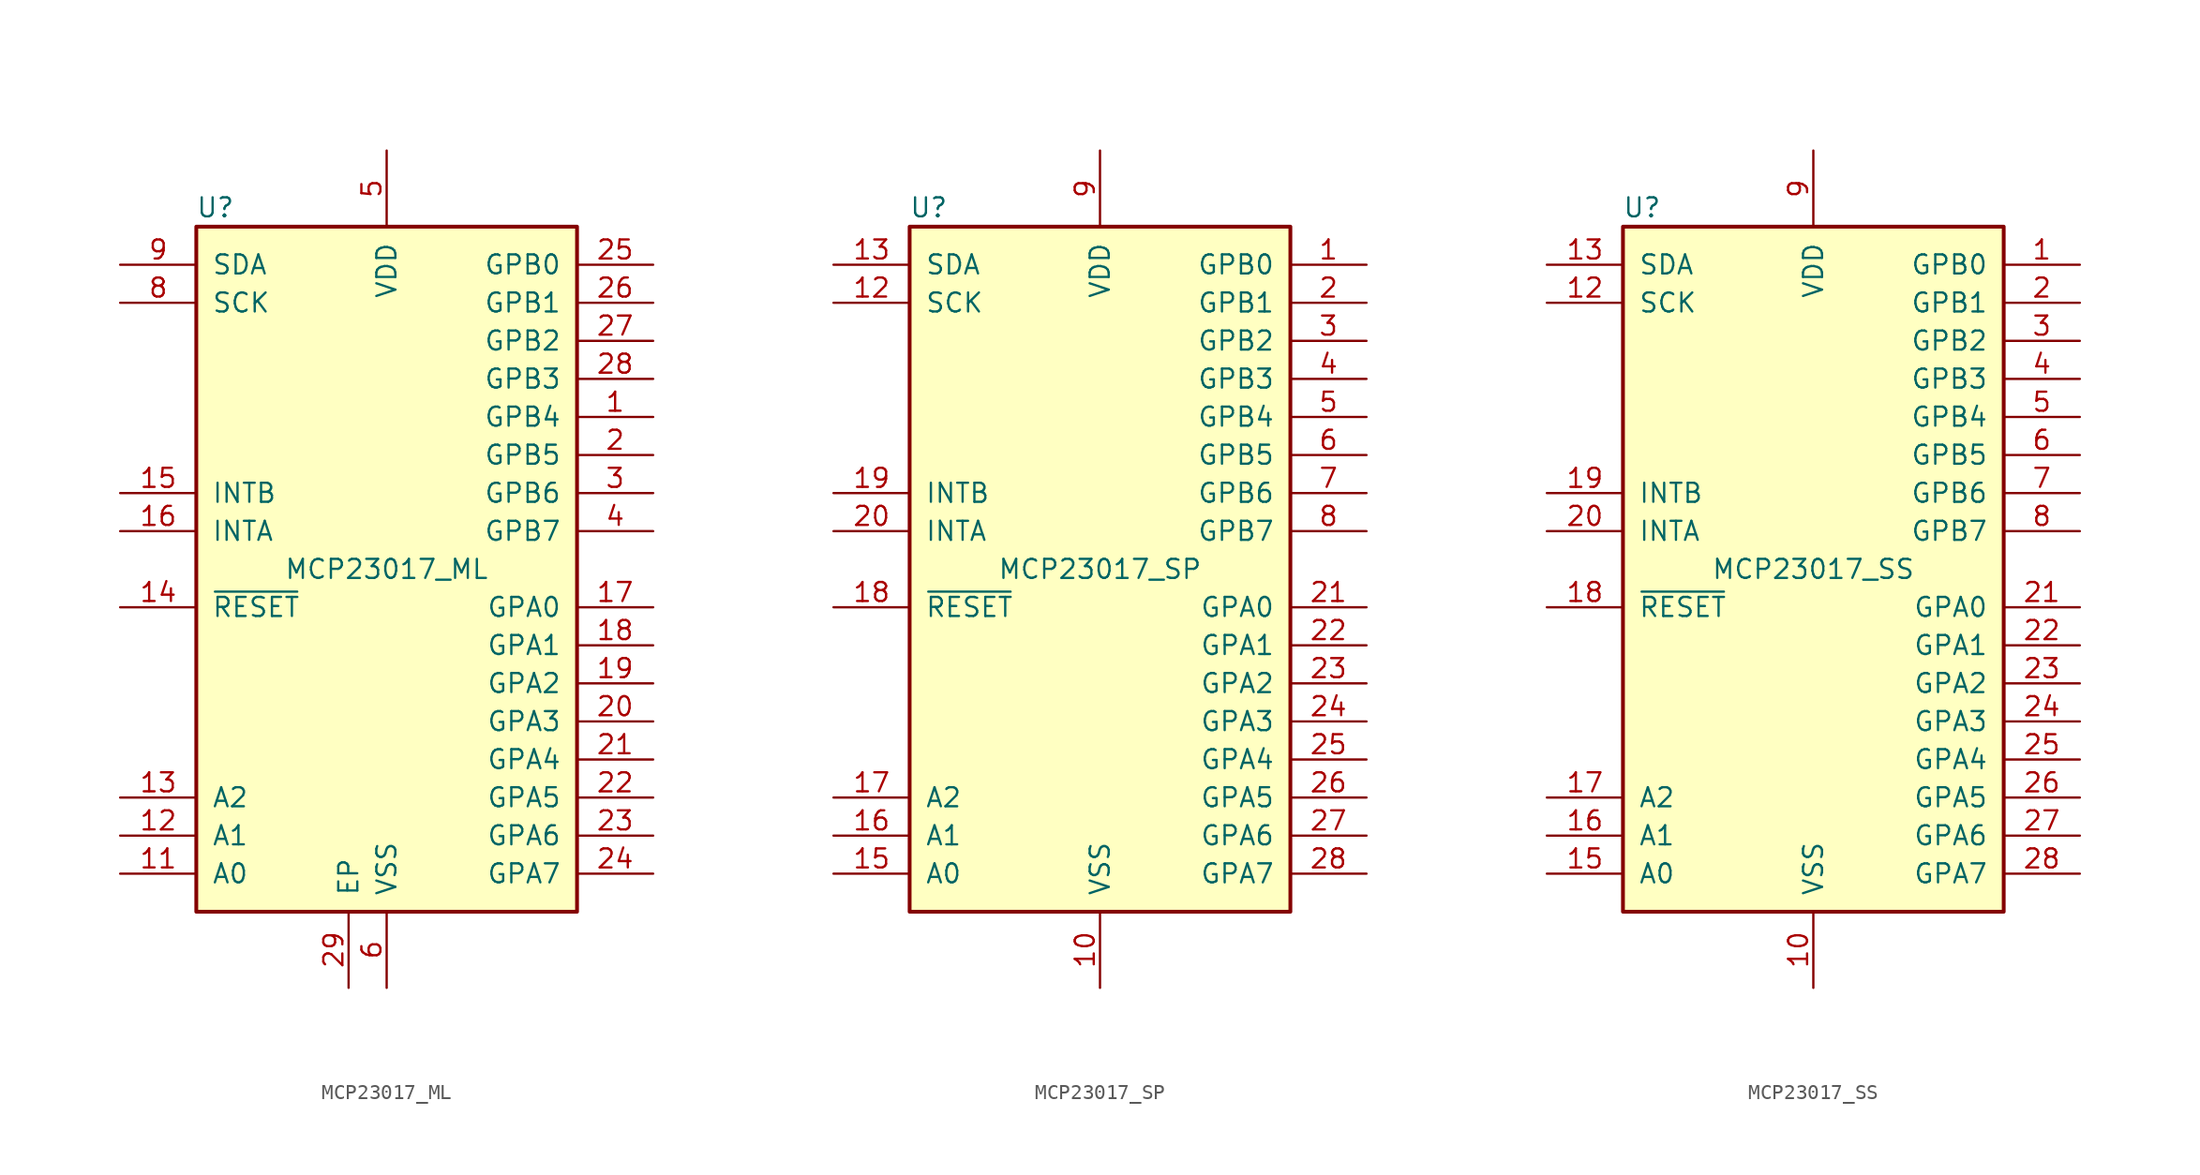
<source format=kicad_sym>
(kicad_symbol_lib
  (version 20231120)
  (generator "kicad_symbol_editor")
  (generator_version "8.0")
  (symbol "MCP23017_ML"
    (pin_names
      (offset 1.016))
    (property "Reference" "U"
      (at -11.43 24.13 0)
      (effects (font (size 1.27 1.27))))
    (property "Value" "MCP23017_ML"
      (at 0 0 0)
      (effects (font (size 1.27 1.27))))
    (symbol "MCP23017_ML_0_1"
      (rectangle (start -12.7 22.86) (end 12.7 -22.86) (stroke (width 0.254) (type solid)) (fill (type background))))
    (symbol "MCP23017_ML_1_1"
      (pin bidirectional line (at 17.78 10.16 180) (length 5.08) (name "GPB4" (effects (font (size 1.27 1.27)))) (number "1" (effects (font (size 1.27 1.27)))))
      (pin no_connect line (at -12.7 12.7 0) (length 5.08) hide (name "NC" (effects (font (size 1.27 1.27)))) (number "10" (effects (font (size 1.27 1.27)))))
      (pin input line (at -17.78 -20.32 0) (length 5.08) (name "A0" (effects (font (size 1.27 1.27)))) (number "11" (effects (font (size 1.27 1.27)))))
      (pin input line (at -17.78 -17.78 0) (length 5.08) (name "A1" (effects (font (size 1.27 1.27)))) (number "12" (effects (font (size 1.27 1.27)))))
      (pin input line (at -17.78 -15.24 0) (length 5.08) (name "A2" (effects (font (size 1.27 1.27)))) (number "13" (effects (font (size 1.27 1.27)))))
      (pin input line (at -17.78 -2.54 0) (length 5.08) (name "~{RESET}" (effects (font (size 1.27 1.27)))) (number "14" (effects (font (size 1.27 1.27)))))
      (pin tri_state line (at -17.78 5.08 0) (length 5.08) (name "INTB" (effects (font (size 1.27 1.27)))) (number "15" (effects (font (size 1.27 1.27)))))
      (pin tri_state line (at -17.78 2.54 0) (length 5.08) (name "INTA" (effects (font (size 1.27 1.27)))) (number "16" (effects (font (size 1.27 1.27)))))
      (pin bidirectional line (at 17.78 -2.54 180) (length 5.08) (name "GPA0" (effects (font (size 1.27 1.27)))) (number "17" (effects (font (size 1.27 1.27)))))
      (pin bidirectional line (at 17.78 -5.08 180) (length 5.08) (name "GPA1" (effects (font (size 1.27 1.27)))) (number "18" (effects (font (size 1.27 1.27)))))
      (pin bidirectional line (at 17.78 -7.62 180) (length 5.08) (name "GPA2" (effects (font (size 1.27 1.27)))) (number "19" (effects (font (size 1.27 1.27)))))
      (pin bidirectional line (at 17.78 7.62 180) (length 5.08) (name "GPB5" (effects (font (size 1.27 1.27)))) (number "2" (effects (font (size 1.27 1.27)))))
      (pin bidirectional line (at 17.78 -10.16 180) (length 5.08) (name "GPA3" (effects (font (size 1.27 1.27)))) (number "20" (effects (font (size 1.27 1.27)))))
      (pin bidirectional line (at 17.78 -12.7 180) (length 5.08) (name "GPA4" (effects (font (size 1.27 1.27)))) (number "21" (effects (font (size 1.27 1.27)))))
      (pin bidirectional line (at 17.78 -15.24 180) (length 5.08) (name "GPA5" (effects (font (size 1.27 1.27)))) (number "22" (effects (font (size 1.27 1.27)))))
      (pin bidirectional line (at 17.78 -17.78 180) (length 5.08) (name "GPA6" (effects (font (size 1.27 1.27)))) (number "23" (effects (font (size 1.27 1.27)))))
      (pin bidirectional line (at 17.78 -20.32 180) (length 5.08) (name "GPA7" (effects (font (size 1.27 1.27)))) (number "24" (effects (font (size 1.27 1.27)))))
      (pin bidirectional line (at 17.78 20.32 180) (length 5.08) (name "GPB0" (effects (font (size 1.27 1.27)))) (number "25" (effects (font (size 1.27 1.27)))))
      (pin bidirectional line (at 17.78 17.78 180) (length 5.08) (name "GPB1" (effects (font (size 1.27 1.27)))) (number "26" (effects (font (size 1.27 1.27)))))
      (pin bidirectional line (at 17.78 15.24 180) (length 5.08) (name "GPB2" (effects (font (size 1.27 1.27)))) (number "27" (effects (font (size 1.27 1.27)))))
      (pin bidirectional line (at 17.78 12.7 180) (length 5.08) (name "GPB3" (effects (font (size 1.27 1.27)))) (number "28" (effects (font (size 1.27 1.27)))))
      (pin passive line (at -2.54 -27.94 90) (length 5.08) (name "EP" (effects (font (size 1.27 1.27)))) (number "29" (effects (font (size 1.27 1.27)))))
      (pin bidirectional line (at 17.78 5.08 180) (length 5.08) (name "GPB6" (effects (font (size 1.27 1.27)))) (number "3" (effects (font (size 1.27 1.27)))))
      (pin bidirectional line (at 17.78 2.54 180) (length 5.08) (name "GPB7" (effects (font (size 1.27 1.27)))) (number "4" (effects (font (size 1.27 1.27)))))
      (pin power_in line (at 0 27.94 270) (length 5.08) (name "VDD" (effects (font (size 1.27 1.27)))) (number "5" (effects (font (size 1.27 1.27)))))
      (pin power_in line (at 0 -27.94 90) (length 5.08) (name "VSS" (effects (font (size 1.27 1.27)))) (number "6" (effects (font (size 1.27 1.27)))))
      (pin no_connect line (at -12.7 15.24 0) (length 5.08) hide (name "NC" (effects (font (size 1.27 1.27)))) (number "7" (effects (font (size 1.27 1.27)))))
      (pin input line (at -17.78 17.78 0) (length 5.08) (name "SCK" (effects (font (size 1.27 1.27)))) (number "8" (effects (font (size 1.27 1.27)))))
      (pin bidirectional line (at -17.78 20.32 0) (length 5.08) (name "SDA" (effects (font (size 1.27 1.27)))) (number "9" (effects (font (size 1.27 1.27)))))))
  (symbol "MCP23017_SP"
    (pin_names
      (offset 1.016))
    (property "Reference" "U"
      (at -11.43 24.13 0)
      (effects (font (size 1.27 1.27))))
    (property "Value" "MCP23017_SP"
      (at 0 0 0)
      (effects (font (size 1.27 1.27))))
    (symbol "MCP23017_SP_0_1"
      (rectangle (start -12.7 22.86) (end 12.7 -22.86) (stroke (width 0.254) (type solid)) (fill (type background))))
    (symbol "MCP23017_SP_1_1"
      (pin bidirectional line (at 17.78 20.32 180) (length 5.08) (name "GPB0" (effects (font (size 1.27 1.27)))) (number "1" (effects (font (size 1.27 1.27)))))
      (pin power_in line (at 0 -27.94 90) (length 5.08) (name "VSS" (effects (font (size 1.27 1.27)))) (number "10" (effects (font (size 1.27 1.27)))))
      (pin no_connect line (at -12.7 15.24 0) (length 5.08) hide (name "NC" (effects (font (size 1.27 1.27)))) (number "11" (effects (font (size 1.27 1.27)))))
      (pin input line (at -17.78 17.78 0) (length 5.08) (name "SCK" (effects (font (size 1.27 1.27)))) (number "12" (effects (font (size 1.27 1.27)))))
      (pin bidirectional line (at -17.78 20.32 0) (length 5.08) (name "SDA" (effects (font (size 1.27 1.27)))) (number "13" (effects (font (size 1.27 1.27)))))
      (pin no_connect line (at -12.7 12.7 0) (length 5.08) hide (name "NC" (effects (font (size 1.27 1.27)))) (number "14" (effects (font (size 1.27 1.27)))))
      (pin input line (at -17.78 -20.32 0) (length 5.08) (name "A0" (effects (font (size 1.27 1.27)))) (number "15" (effects (font (size 1.27 1.27)))))
      (pin input line (at -17.78 -17.78 0) (length 5.08) (name "A1" (effects (font (size 1.27 1.27)))) (number "16" (effects (font (size 1.27 1.27)))))
      (pin input line (at -17.78 -15.24 0) (length 5.08) (name "A2" (effects (font (size 1.27 1.27)))) (number "17" (effects (font (size 1.27 1.27)))))
      (pin input line (at -17.78 -2.54 0) (length 5.08) (name "~{RESET}" (effects (font (size 1.27 1.27)))) (number "18" (effects (font (size 1.27 1.27)))))
      (pin tri_state line (at -17.78 5.08 0) (length 5.08) (name "INTB" (effects (font (size 1.27 1.27)))) (number "19" (effects (font (size 1.27 1.27)))))
      (pin bidirectional line (at 17.78 17.78 180) (length 5.08) (name "GPB1" (effects (font (size 1.27 1.27)))) (number "2" (effects (font (size 1.27 1.27)))))
      (pin tri_state line (at -17.78 2.54 0) (length 5.08) (name "INTA" (effects (font (size 1.27 1.27)))) (number "20" (effects (font (size 1.27 1.27)))))
      (pin bidirectional line (at 17.78 -2.54 180) (length 5.08) (name "GPA0" (effects (font (size 1.27 1.27)))) (number "21" (effects (font (size 1.27 1.27)))))
      (pin bidirectional line (at 17.78 -5.08 180) (length 5.08) (name "GPA1" (effects (font (size 1.27 1.27)))) (number "22" (effects (font (size 1.27 1.27)))))
      (pin bidirectional line (at 17.78 -7.62 180) (length 5.08) (name "GPA2" (effects (font (size 1.27 1.27)))) (number "23" (effects (font (size 1.27 1.27)))))
      (pin bidirectional line (at 17.78 -10.16 180) (length 5.08) (name "GPA3" (effects (font (size 1.27 1.27)))) (number "24" (effects (font (size 1.27 1.27)))))
      (pin bidirectional line (at 17.78 -12.7 180) (length 5.08) (name "GPA4" (effects (font (size 1.27 1.27)))) (number "25" (effects (font (size 1.27 1.27)))))
      (pin bidirectional line (at 17.78 -15.24 180) (length 5.08) (name "GPA5" (effects (font (size 1.27 1.27)))) (number "26" (effects (font (size 1.27 1.27)))))
      (pin bidirectional line (at 17.78 -17.78 180) (length 5.08) (name "GPA6" (effects (font (size 1.27 1.27)))) (number "27" (effects (font (size 1.27 1.27)))))
      (pin bidirectional line (at 17.78 -20.32 180) (length 5.08) (name "GPA7" (effects (font (size 1.27 1.27)))) (number "28" (effects (font (size 1.27 1.27)))))
      (pin bidirectional line (at 17.78 15.24 180) (length 5.08) (name "GPB2" (effects (font (size 1.27 1.27)))) (number "3" (effects (font (size 1.27 1.27)))))
      (pin bidirectional line (at 17.78 12.7 180) (length 5.08) (name "GPB3" (effects (font (size 1.27 1.27)))) (number "4" (effects (font (size 1.27 1.27)))))
      (pin bidirectional line (at 17.78 10.16 180) (length 5.08) (name "GPB4" (effects (font (size 1.27 1.27)))) (number "5" (effects (font (size 1.27 1.27)))))
      (pin bidirectional line (at 17.78 7.62 180) (length 5.08) (name "GPB5" (effects (font (size 1.27 1.27)))) (number "6" (effects (font (size 1.27 1.27)))))
      (pin bidirectional line (at 17.78 5.08 180) (length 5.08) (name "GPB6" (effects (font (size 1.27 1.27)))) (number "7" (effects (font (size 1.27 1.27)))))
      (pin bidirectional line (at 17.78 2.54 180) (length 5.08) (name "GPB7" (effects (font (size 1.27 1.27)))) (number "8" (effects (font (size 1.27 1.27)))))
      (pin power_in line (at 0 27.94 270) (length 5.08) (name "VDD" (effects (font (size 1.27 1.27)))) (number "9" (effects (font (size 1.27 1.27)))))))
  (symbol "MCP23017_SS"
    (pin_names
      (offset 1.016))
    (property "Reference" "U"
      (at -11.43 24.13 0)
      (effects (font (size 1.27 1.27))))
    (property "Value" "MCP23017_SS"
      (at 0 0 0)
      (effects (font (size 1.27 1.27))))
    (symbol "MCP23017_SS_0_1"
      (rectangle (start -12.7 22.86) (end 12.7 -22.86) (stroke (width 0.254) (type solid)) (fill (type background))))
    (symbol "MCP23017_SS_1_1"
      (pin bidirectional line (at 17.78 20.32 180) (length 5.08) (name "GPB0" (effects (font (size 1.27 1.27)))) (number "1" (effects (font (size 1.27 1.27)))))
      (pin power_in line (at 0 -27.94 90) (length 5.08) (name "VSS" (effects (font (size 1.27 1.27)))) (number "10" (effects (font (size 1.27 1.27)))))
      (pin no_connect line (at -12.7 15.24 0) (length 5.08) hide (name "NC" (effects (font (size 1.27 1.27)))) (number "11" (effects (font (size 1.27 1.27)))))
      (pin input line (at -17.78 17.78 0) (length 5.08) (name "SCK" (effects (font (size 1.27 1.27)))) (number "12" (effects (font (size 1.27 1.27)))))
      (pin bidirectional line (at -17.78 20.32 0) (length 5.08) (name "SDA" (effects (font (size 1.27 1.27)))) (number "13" (effects (font (size 1.27 1.27)))))
      (pin no_connect line (at -12.7 12.7 0) (length 5.08) hide (name "NC" (effects (font (size 1.27 1.27)))) (number "14" (effects (font (size 1.27 1.27)))))
      (pin input line (at -17.78 -20.32 0) (length 5.08) (name "A0" (effects (font (size 1.27 1.27)))) (number "15" (effects (font (size 1.27 1.27)))))
      (pin input line (at -17.78 -17.78 0) (length 5.08) (name "A1" (effects (font (size 1.27 1.27)))) (number "16" (effects (font (size 1.27 1.27)))))
      (pin input line (at -17.78 -15.24 0) (length 5.08) (name "A2" (effects (font (size 1.27 1.27)))) (number "17" (effects (font (size 1.27 1.27)))))
      (pin input line (at -17.78 -2.54 0) (length 5.08) (name "~{RESET}" (effects (font (size 1.27 1.27)))) (number "18" (effects (font (size 1.27 1.27)))))
      (pin tri_state line (at -17.78 5.08 0) (length 5.08) (name "INTB" (effects (font (size 1.27 1.27)))) (number "19" (effects (font (size 1.27 1.27)))))
      (pin bidirectional line (at 17.78 17.78 180) (length 5.08) (name "GPB1" (effects (font (size 1.27 1.27)))) (number "2" (effects (font (size 1.27 1.27)))))
      (pin tri_state line (at -17.78 2.54 0) (length 5.08) (name "INTA" (effects (font (size 1.27 1.27)))) (number "20" (effects (font (size 1.27 1.27)))))
      (pin bidirectional line (at 17.78 -2.54 180) (length 5.08) (name "GPA0" (effects (font (size 1.27 1.27)))) (number "21" (effects (font (size 1.27 1.27)))))
      (pin bidirectional line (at 17.78 -5.08 180) (length 5.08) (name "GPA1" (effects (font (size 1.27 1.27)))) (number "22" (effects (font (size 1.27 1.27)))))
      (pin bidirectional line (at 17.78 -7.62 180) (length 5.08) (name "GPA2" (effects (font (size 1.27 1.27)))) (number "23" (effects (font (size 1.27 1.27)))))
      (pin bidirectional line (at 17.78 -10.16 180) (length 5.08) (name "GPA3" (effects (font (size 1.27 1.27)))) (number "24" (effects (font (size 1.27 1.27)))))
      (pin bidirectional line (at 17.78 -12.7 180) (length 5.08) (name "GPA4" (effects (font (size 1.27 1.27)))) (number "25" (effects (font (size 1.27 1.27)))))
      (pin bidirectional line (at 17.78 -15.24 180) (length 5.08) (name "GPA5" (effects (font (size 1.27 1.27)))) (number "26" (effects (font (size 1.27 1.27)))))
      (pin bidirectional line (at 17.78 -17.78 180) (length 5.08) (name "GPA6" (effects (font (size 1.27 1.27)))) (number "27" (effects (font (size 1.27 1.27)))))
      (pin bidirectional line (at 17.78 -20.32 180) (length 5.08) (name "GPA7" (effects (font (size 1.27 1.27)))) (number "28" (effects (font (size 1.27 1.27)))))
      (pin bidirectional line (at 17.78 15.24 180) (length 5.08) (name "GPB2" (effects (font (size 1.27 1.27)))) (number "3" (effects (font (size 1.27 1.27)))))
      (pin bidirectional line (at 17.78 12.7 180) (length 5.08) (name "GPB3" (effects (font (size 1.27 1.27)))) (number "4" (effects (font (size 1.27 1.27)))))
      (pin bidirectional line (at 17.78 10.16 180) (length 5.08) (name "GPB4" (effects (font (size 1.27 1.27)))) (number "5" (effects (font (size 1.27 1.27)))))
      (pin bidirectional line (at 17.78 7.62 180) (length 5.08) (name "GPB5" (effects (font (size 1.27 1.27)))) (number "6" (effects (font (size 1.27 1.27)))))
      (pin bidirectional line (at 17.78 5.08 180) (length 5.08) (name "GPB6" (effects (font (size 1.27 1.27)))) (number "7" (effects (font (size 1.27 1.27)))))
      (pin bidirectional line (at 17.78 2.54 180) (length 5.08) (name "GPB7" (effects (font (size 1.27 1.27)))) (number "8" (effects (font (size 1.27 1.27)))))
      (pin power_in line (at 0 27.94 270) (length 5.08) (name "VDD" (effects (font (size 1.27 1.27)))) (number "9" (effects (font (size 1.27 1.27))))))))
</source>
